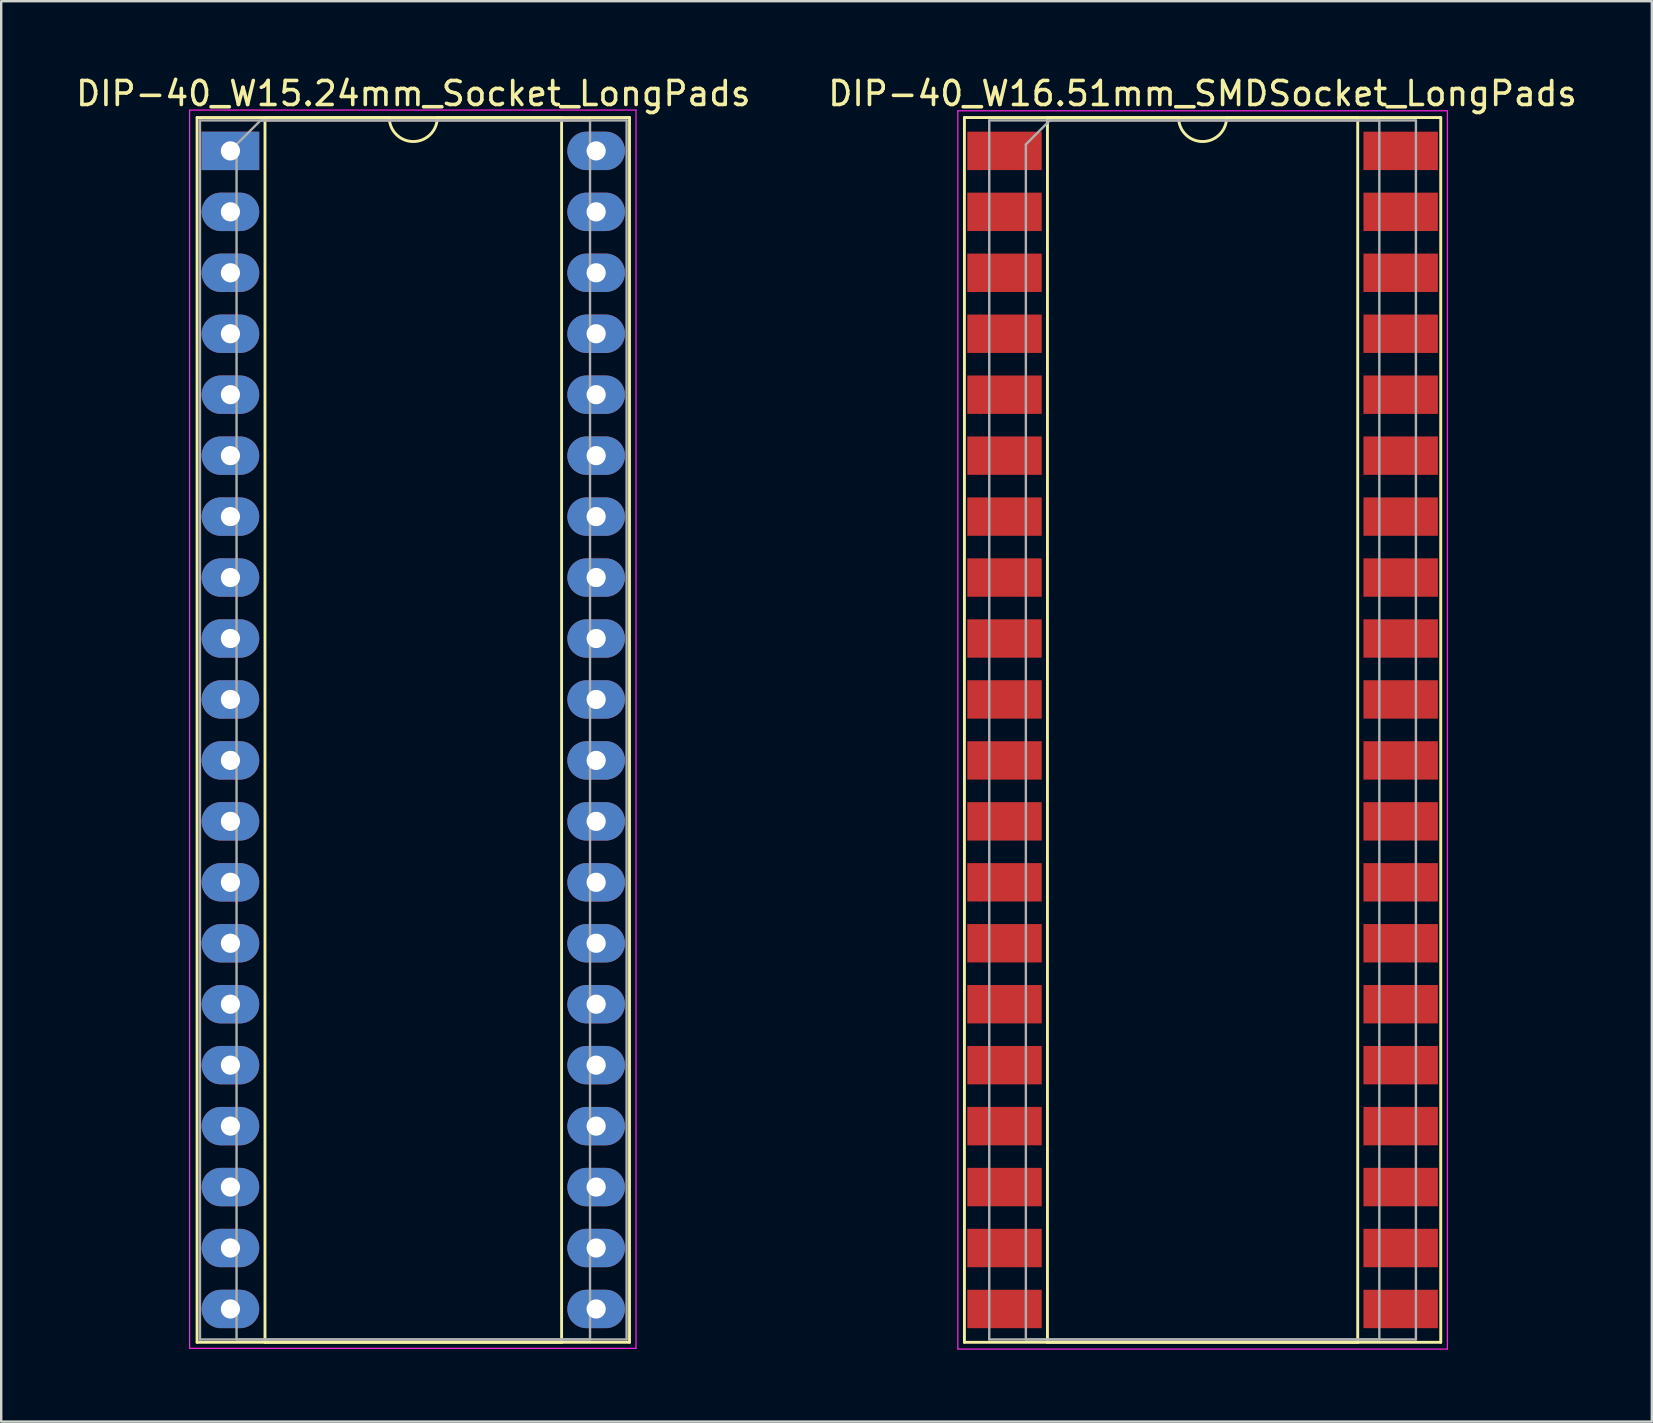
<source format=kicad_pcb>
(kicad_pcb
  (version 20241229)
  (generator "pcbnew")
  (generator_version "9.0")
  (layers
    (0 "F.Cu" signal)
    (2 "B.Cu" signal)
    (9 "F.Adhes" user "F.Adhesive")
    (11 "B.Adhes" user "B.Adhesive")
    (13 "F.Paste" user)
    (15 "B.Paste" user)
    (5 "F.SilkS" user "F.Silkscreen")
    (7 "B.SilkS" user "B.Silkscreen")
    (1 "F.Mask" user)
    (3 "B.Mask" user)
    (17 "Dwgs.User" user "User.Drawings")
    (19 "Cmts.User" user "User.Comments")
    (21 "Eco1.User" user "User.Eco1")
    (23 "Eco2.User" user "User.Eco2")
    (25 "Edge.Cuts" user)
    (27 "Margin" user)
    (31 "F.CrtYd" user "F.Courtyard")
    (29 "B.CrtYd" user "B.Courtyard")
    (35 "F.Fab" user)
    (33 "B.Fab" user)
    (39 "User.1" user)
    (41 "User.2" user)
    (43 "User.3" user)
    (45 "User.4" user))
  (footprint "DIP-40_W15.24mm_Socket_LongPads"
    (layer "F.Cu")
    (at 6.553 3.238)
    (property "Reference" "DIP-40_W15.24mm_Socket_LongPads" (at 7.62 -2.39 0) (layer "F.SilkS") (effects (font (size 1 1) (thickness 0.15))))
    (attr through_hole)
    (fp_line (start -1.39 -1.39) (end -1.39 49.65) (stroke (width 0.12) (type solid)) (layer "F.SilkS"))
    (fp_line (start -1.39 49.65) (end 16.63 49.65) (stroke (width 0.12) (type solid)) (layer "F.SilkS"))
    (fp_line (start 1.44 -1.39) (end 1.44 49.65) (stroke (width 0.12) (type solid)) (layer "F.SilkS"))
    (fp_line (start 1.44 49.65) (end 13.8 49.65) (stroke (width 0.12) (type solid)) (layer "F.SilkS"))
    (fp_line (start 6.62 -1.39) (end 1.44 -1.39) (stroke (width 0.12) (type solid)) (layer "F.SilkS"))
    (fp_line (start 13.8 -1.39) (end 8.62 -1.39) (stroke (width 0.12) (type solid)) (layer "F.SilkS"))
    (fp_line (start 13.8 49.65) (end 13.8 -1.39) (stroke (width 0.12) (type solid)) (layer "F.SilkS"))
    (fp_line (start 16.63 -1.39) (end -1.39 -1.39) (stroke (width 0.12) (type solid)) (layer "F.SilkS"))
    (fp_line (start 16.63 49.65) (end 16.63 -1.39) (stroke (width 0.12) (type solid)) (layer "F.SilkS"))
    (fp_arc (start 8.62 -1.39) (mid 7.62 -0.39) (end 6.62 -1.39) (stroke (width 0.12) (type solid)) (layer "F.SilkS"))
    (fp_line (start -1.7 -1.7) (end -1.7 49.9) (stroke (width 0.05) (type solid)) (layer "F.CrtYd"))
    (fp_line (start -1.7 49.9) (end 16.9 49.9) (stroke (width 0.05) (type solid)) (layer "F.CrtYd"))
    (fp_line (start 16.9 -1.7) (end -1.7 -1.7) (stroke (width 0.05) (type solid)) (layer "F.CrtYd"))
    (fp_line (start 16.9 49.9) (end 16.9 -1.7) (stroke (width 0.05) (type solid)) (layer "F.CrtYd"))
    (fp_line (start -1.27 -1.27) (end -1.27 49.53) (stroke (width 0.1) (type solid)) (layer "F.Fab"))
    (fp_line (start -1.27 49.53) (end 16.51 49.53) (stroke (width 0.1) (type solid)) (layer "F.Fab"))
    (fp_line (start 0.255 -0.27) (end 1.255 -1.27) (stroke (width 0.1) (type solid)) (layer "F.Fab"))
    (fp_line (start 0.255 49.53) (end 0.255 -0.27) (stroke (width 0.1) (type solid)) (layer "F.Fab"))
    (fp_line (start 1.255 -1.27) (end 14.985 -1.27) (stroke (width 0.1) (type solid)) (layer "F.Fab"))
    (fp_line (start 14.985 -1.27) (end 14.985 49.53) (stroke (width 0.1) (type solid)) (layer "F.Fab"))
    (fp_line (start 14.985 49.53) (end 0.255 49.53) (stroke (width 0.1) (type solid)) (layer "F.Fab"))
    (fp_line (start 16.51 -1.27) (end -1.27 -1.27) (stroke (width 0.1) (type solid)) (layer "F.Fab"))
    (fp_line (start 16.51 49.53) (end 16.51 -1.27) (stroke (width 0.1) (type solid)) (layer "F.Fab"))
    (pad "1" thru_hole rect (at 0 0) (size 2.4 1.6) (drill 0.8) (layers "*.Cu" "*.Mask"))
    (pad "2" thru_hole oval (at 0 2.54) (size 2.4 1.6) (drill 0.8) (layers "*.Cu" "*.Mask"))
    (pad "3" thru_hole oval (at 0 5.08) (size 2.4 1.6) (drill 0.8) (layers "*.Cu" "*.Mask"))
    (pad "4" thru_hole oval (at 0 7.62) (size 2.4 1.6) (drill 0.8) (layers "*.Cu" "*.Mask"))
    (pad "5" thru_hole oval (at 0 10.16) (size 2.4 1.6) (drill 0.8) (layers "*.Cu" "*.Mask"))
    (pad "6" thru_hole oval (at 0 12.7) (size 2.4 1.6) (drill 0.8) (layers "*.Cu" "*.Mask"))
    (pad "7" thru_hole oval (at 0 15.24) (size 2.4 1.6) (drill 0.8) (layers "*.Cu" "*.Mask"))
    (pad "8" thru_hole oval (at 0 17.78) (size 2.4 1.6) (drill 0.8) (layers "*.Cu" "*.Mask"))
    (pad "9" thru_hole oval (at 0 20.32) (size 2.4 1.6) (drill 0.8) (layers "*.Cu" "*.Mask"))
    (pad "10" thru_hole oval (at 0 22.86) (size 2.4 1.6) (drill 0.8) (layers "*.Cu" "*.Mask"))
    (pad "11" thru_hole oval (at 0 25.4) (size 2.4 1.6) (drill 0.8) (layers "*.Cu" "*.Mask"))
    (pad "12" thru_hole oval (at 0 27.94) (size 2.4 1.6) (drill 0.8) (layers "*.Cu" "*.Mask"))
    (pad "13" thru_hole oval (at 0 30.48) (size 2.4 1.6) (drill 0.8) (layers "*.Cu" "*.Mask"))
    (pad "14" thru_hole oval (at 0 33.02) (size 2.4 1.6) (drill 0.8) (layers "*.Cu" "*.Mask"))
    (pad "15" thru_hole oval (at 0 35.56) (size 2.4 1.6) (drill 0.8) (layers "*.Cu" "*.Mask"))
    (pad "16" thru_hole oval (at 0 38.1) (size 2.4 1.6) (drill 0.8) (layers "*.Cu" "*.Mask"))
    (pad "17" thru_hole oval (at 0 40.64) (size 2.4 1.6) (drill 0.8) (layers "*.Cu" "*.Mask"))
    (pad "18" thru_hole oval (at 0 43.18) (size 2.4 1.6) (drill 0.8) (layers "*.Cu" "*.Mask"))
    (pad "19" thru_hole oval (at 0 45.72) (size 2.4 1.6) (drill 0.8) (layers "*.Cu" "*.Mask"))
    (pad "20" thru_hole oval (at 0 48.26) (size 2.4 1.6) (drill 0.8) (layers "*.Cu" "*.Mask"))
    (pad "21" thru_hole oval (at 15.24 48.26) (size 2.4 1.6) (drill 0.8) (layers "*.Cu" "*.Mask"))
    (pad "22" thru_hole oval (at 15.24 45.72) (size 2.4 1.6) (drill 0.8) (layers "*.Cu" "*.Mask"))
    (pad "23" thru_hole oval (at 15.24 43.18) (size 2.4 1.6) (drill 0.8) (layers "*.Cu" "*.Mask"))
    (pad "24" thru_hole oval (at 15.24 40.64) (size 2.4 1.6) (drill 0.8) (layers "*.Cu" "*.Mask"))
    (pad "25" thru_hole oval (at 15.24 38.1) (size 2.4 1.6) (drill 0.8) (layers "*.Cu" "*.Mask"))
    (pad "26" thru_hole oval (at 15.24 35.56) (size 2.4 1.6) (drill 0.8) (layers "*.Cu" "*.Mask"))
    (pad "27" thru_hole oval (at 15.24 33.02) (size 2.4 1.6) (drill 0.8) (layers "*.Cu" "*.Mask"))
    (pad "28" thru_hole oval (at 15.24 30.48) (size 2.4 1.6) (drill 0.8) (layers "*.Cu" "*.Mask"))
    (pad "29" thru_hole oval (at 15.24 27.94) (size 2.4 1.6) (drill 0.8) (layers "*.Cu" "*.Mask"))
    (pad "30" thru_hole oval (at 15.24 25.4) (size 2.4 1.6) (drill 0.8) (layers "*.Cu" "*.Mask"))
    (pad "31" thru_hole oval (at 15.24 22.86) (size 2.4 1.6) (drill 0.8) (layers "*.Cu" "*.Mask"))
    (pad "32" thru_hole oval (at 15.24 20.32) (size 2.4 1.6) (drill 0.8) (layers "*.Cu" "*.Mask"))
    (pad "33" thru_hole oval (at 15.24 17.78) (size 2.4 1.6) (drill 0.8) (layers "*.Cu" "*.Mask"))
    (pad "34" thru_hole oval (at 15.24 15.24) (size 2.4 1.6) (drill 0.8) (layers "*.Cu" "*.Mask"))
    (pad "35" thru_hole oval (at 15.24 12.7) (size 2.4 1.6) (drill 0.8) (layers "*.Cu" "*.Mask"))
    (pad "36" thru_hole oval (at 15.24 10.16) (size 2.4 1.6) (drill 0.8) (layers "*.Cu" "*.Mask"))
    (pad "37" thru_hole oval (at 15.24 7.62) (size 2.4 1.6) (drill 0.8) (layers "*.Cu" "*.Mask"))
    (pad "38" thru_hole oval (at 15.24 5.08) (size 2.4 1.6) (drill 0.8) (layers "*.Cu" "*.Mask"))
    (pad "39" thru_hole oval (at 15.24 2.54) (size 2.4 1.6) (drill 0.8) (layers "*.Cu" "*.Mask"))
    (pad "40" thru_hole oval (at 15.24 0) (size 2.4 1.6) (drill 0.8) (layers "*.Cu" "*.Mask")))
  (footprint "DIP-40_W16.51mm_SMDSocket_LongPads"
    (layer "F.Cu")
    (at 47.065 27.368)
    (property "Reference" "DIP-40_W16.51mm_SMDSocket_LongPads" (at 0 -26.52 0) (layer "F.SilkS") (effects (font (size 1 1) (thickness 0.15))))
    (attr smd)
    (fp_line (start -9.925 -25.52) (end -9.925 25.52) (stroke (width 0.12) (type solid)) (layer "F.SilkS"))
    (fp_line (start -9.925 25.52) (end 9.925 25.52) (stroke (width 0.12) (type solid)) (layer "F.SilkS"))
    (fp_line (start -6.465 -25.52) (end -6.465 25.52) (stroke (width 0.12) (type solid)) (layer "F.SilkS"))
    (fp_line (start -6.465 25.52) (end 6.465 25.52) (stroke (width 0.12) (type solid)) (layer "F.SilkS"))
    (fp_line (start -1 -25.52) (end -6.465 -25.52) (stroke (width 0.12) (type solid)) (layer "F.SilkS"))
    (fp_line (start 6.465 -25.52) (end 1 -25.52) (stroke (width 0.12) (type solid)) (layer "F.SilkS"))
    (fp_line (start 6.465 25.52) (end 6.465 -25.52) (stroke (width 0.12) (type solid)) (layer "F.SilkS"))
    (fp_line (start 9.925 -25.52) (end -9.925 -25.52) (stroke (width 0.12) (type solid)) (layer "F.SilkS"))
    (fp_line (start 9.925 25.52) (end 9.925 -25.52) (stroke (width 0.12) (type solid)) (layer "F.SilkS"))
    (fp_arc (start 1 -25.52) (mid 0 -24.52) (end -1 -25.52) (stroke (width 0.12) (type solid)) (layer "F.SilkS"))
    (fp_line (start -10.2 -25.8) (end -10.2 25.8) (stroke (width 0.05) (type solid)) (layer "F.CrtYd"))
    (fp_line (start -10.2 25.8) (end 10.2 25.8) (stroke (width 0.05) (type solid)) (layer "F.CrtYd"))
    (fp_line (start 10.2 -25.8) (end -10.2 -25.8) (stroke (width 0.05) (type solid)) (layer "F.CrtYd"))
    (fp_line (start 10.2 25.8) (end 10.2 -25.8) (stroke (width 0.05) (type solid)) (layer "F.CrtYd"))
    (fp_line (start -8.89 -25.4) (end -8.89 25.4) (stroke (width 0.1) (type solid)) (layer "F.Fab"))
    (fp_line (start -8.89 25.4) (end 8.89 25.4) (stroke (width 0.1) (type solid)) (layer "F.Fab"))
    (fp_line (start -7.365 -24.4) (end -6.365 -25.4) (stroke (width 0.1) (type solid)) (layer "F.Fab"))
    (fp_line (start -7.365 25.4) (end -7.365 -24.4) (stroke (width 0.1) (type solid)) (layer "F.Fab"))
    (fp_line (start -6.365 -25.4) (end 7.365 -25.4) (stroke (width 0.1) (type solid)) (layer "F.Fab"))
    (fp_line (start 7.365 -25.4) (end 7.365 25.4) (stroke (width 0.1) (type solid)) (layer "F.Fab"))
    (fp_line (start 7.365 25.4) (end -7.365 25.4) (stroke (width 0.1) (type solid)) (layer "F.Fab"))
    (fp_line (start 8.89 -25.4) (end -8.89 -25.4) (stroke (width 0.1) (type solid)) (layer "F.Fab"))
    (fp_line (start 8.89 25.4) (end 8.89 -25.4) (stroke (width 0.1) (type solid)) (layer "F.Fab"))
    (pad "1" smd rect (at -8.255 -24.13) (size 3.1 1.6) (layers "F.Cu" "F.Mask"))
    (pad "2" smd rect (at -8.255 -21.59) (size 3.1 1.6) (layers "F.Cu" "F.Mask"))
    (pad "3" smd rect (at -8.255 -19.05) (size 3.1 1.6) (layers "F.Cu" "F.Mask"))
    (pad "4" smd rect (at -8.255 -16.51) (size 3.1 1.6) (layers "F.Cu" "F.Mask"))
    (pad "5" smd rect (at -8.255 -13.97) (size 3.1 1.6) (layers "F.Cu" "F.Mask"))
    (pad "6" smd rect (at -8.255 -11.43) (size 3.1 1.6) (layers "F.Cu" "F.Mask"))
    (pad "7" smd rect (at -8.255 -8.89) (size 3.1 1.6) (layers "F.Cu" "F.Mask"))
    (pad "8" smd rect (at -8.255 -6.35) (size 3.1 1.6) (layers "F.Cu" "F.Mask"))
    (pad "9" smd rect (at -8.255 -3.81) (size 3.1 1.6) (layers "F.Cu" "F.Mask"))
    (pad "10" smd rect (at -8.255 -1.27) (size 3.1 1.6) (layers "F.Cu" "F.Mask"))
    (pad "11" smd rect (at -8.255 1.27) (size 3.1 1.6) (layers "F.Cu" "F.Mask"))
    (pad "12" smd rect (at -8.255 3.81) (size 3.1 1.6) (layers "F.Cu" "F.Mask"))
    (pad "13" smd rect (at -8.255 6.35) (size 3.1 1.6) (layers "F.Cu" "F.Mask"))
    (pad "14" smd rect (at -8.255 8.89) (size 3.1 1.6) (layers "F.Cu" "F.Mask"))
    (pad "15" smd rect (at -8.255 11.43) (size 3.1 1.6) (layers "F.Cu" "F.Mask"))
    (pad "16" smd rect (at -8.255 13.97) (size 3.1 1.6) (layers "F.Cu" "F.Mask"))
    (pad "17" smd rect (at -8.255 16.51) (size 3.1 1.6) (layers "F.Cu" "F.Mask"))
    (pad "18" smd rect (at -8.255 19.05) (size 3.1 1.6) (layers "F.Cu" "F.Mask"))
    (pad "19" smd rect (at -8.255 21.59) (size 3.1 1.6) (layers "F.Cu" "F.Mask"))
    (pad "20" smd rect (at -8.255 24.13) (size 3.1 1.6) (layers "F.Cu" "F.Mask"))
    (pad "21" smd rect (at 8.255 24.13) (size 3.1 1.6) (layers "F.Cu" "F.Mask"))
    (pad "22" smd rect (at 8.255 21.59) (size 3.1 1.6) (layers "F.Cu" "F.Mask"))
    (pad "23" smd rect (at 8.255 19.05) (size 3.1 1.6) (layers "F.Cu" "F.Mask"))
    (pad "24" smd rect (at 8.255 16.51) (size 3.1 1.6) (layers "F.Cu" "F.Mask"))
    (pad "25" smd rect (at 8.255 13.97) (size 3.1 1.6) (layers "F.Cu" "F.Mask"))
    (pad "26" smd rect (at 8.255 11.43) (size 3.1 1.6) (layers "F.Cu" "F.Mask"))
    (pad "27" smd rect (at 8.255 8.89) (size 3.1 1.6) (layers "F.Cu" "F.Mask"))
    (pad "28" smd rect (at 8.255 6.35) (size 3.1 1.6) (layers "F.Cu" "F.Mask"))
    (pad "29" smd rect (at 8.255 3.81) (size 3.1 1.6) (layers "F.Cu" "F.Mask"))
    (pad "30" smd rect (at 8.255 1.27) (size 3.1 1.6) (layers "F.Cu" "F.Mask"))
    (pad "31" smd rect (at 8.255 -1.27) (size 3.1 1.6) (layers "F.Cu" "F.Mask"))
    (pad "32" smd rect (at 8.255 -3.81) (size 3.1 1.6) (layers "F.Cu" "F.Mask"))
    (pad "33" smd rect (at 8.255 -6.35) (size 3.1 1.6) (layers "F.Cu" "F.Mask"))
    (pad "34" smd rect (at 8.255 -8.89) (size 3.1 1.6) (layers "F.Cu" "F.Mask"))
    (pad "35" smd rect (at 8.255 -11.43) (size 3.1 1.6) (layers "F.Cu" "F.Mask"))
    (pad "36" smd rect (at 8.255 -13.97) (size 3.1 1.6) (layers "F.Cu" "F.Mask"))
    (pad "37" smd rect (at 8.255 -16.51) (size 3.1 1.6) (layers "F.Cu" "F.Mask"))
    (pad "38" smd rect (at 8.255 -19.05) (size 3.1 1.6) (layers "F.Cu" "F.Mask"))
    (pad "39" smd rect (at 8.255 -21.59) (size 3.1 1.6) (layers "F.Cu" "F.Mask"))
    (pad "40" smd rect (at 8.255 -24.13) (size 3.1 1.6) (layers "F.Cu" "F.Mask")))
  (gr_rect
    (start -3 -3)
    (end 65.786 56.193)
    (stroke (width 0.1) (type default))
    (fill no)
    (layer "Edge.Cuts")))
</source>
